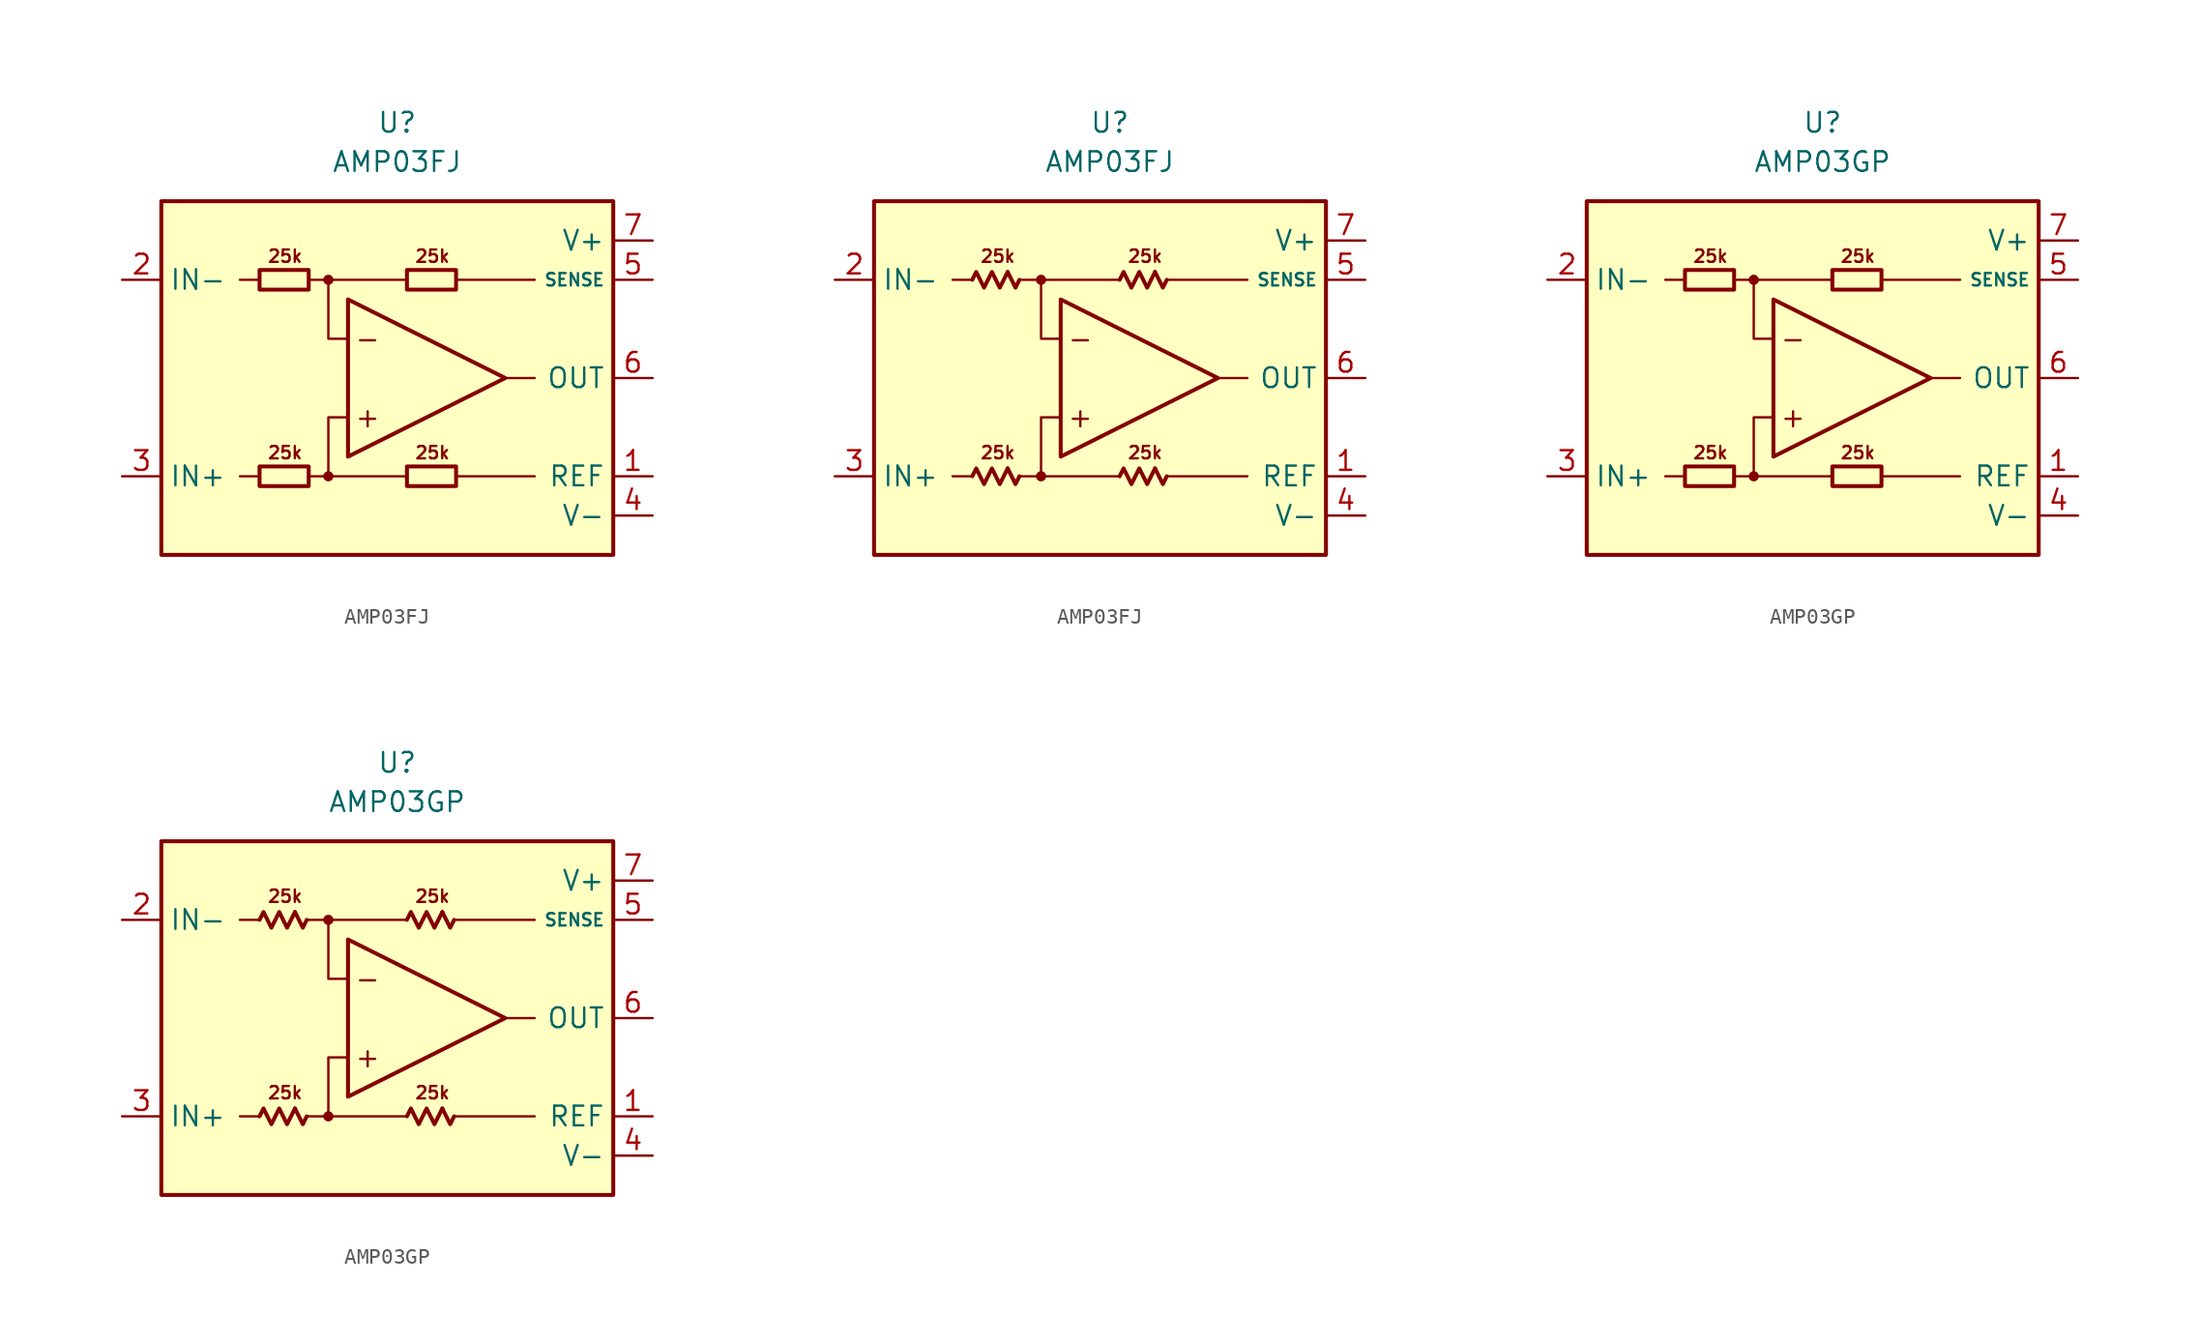
<source format=kicad_sym>
(kicad_symbol_lib
  (version 20231120)
  (generator "kicad_symbol_editor")
  (generator_version "8.0")
  (symbol "AMP03FJ"
    (property "Reference" "U"
      (at 0 16.51 0)
      (effects (font (size 1.27 1.27))))
    (property "Value" "AMP03FJ"
      (at 0 13.97 0)
      (effects (font (size 1.27 1.27))))
    (symbol "AMP03FJ_0_0"
      (rectangle (start -15.24 11.43) (end 13.97 -11.43) (stroke (width 0.254) (type default)) (fill (type background)))
      (circle (center -4.445 -6.35) (radius 0.254) (stroke (width 0.152) (type default)) (fill (type outline)))
      (circle (center -4.445 6.35) (radius 0.254) (stroke (width 0.152) (type default)) (fill (type outline)))
      (polyline (pts (xy -8.89 -6.35) (xy -10.16 -6.35)) (stroke (width 0.152) (type default)) (fill (type none)))
      (polyline (pts (xy -8.89 6.35) (xy -10.16 6.35)) (stroke (width 0.152) (type default)) (fill (type none)))
      (polyline (pts (xy -4.445 6.35) (xy 0.635 6.35)) (stroke (width 0.152) (type default)) (fill (type none)))
      (polyline (pts (xy 0.635 -6.35) (xy -4.445 -6.35)) (stroke (width 0.152) (type default)) (fill (type none)))
      (polyline (pts (xy 3.81 -6.35) (xy 8.89 -6.35)) (stroke (width 0.152) (type default)) (fill (type none)))
      (polyline (pts (xy 3.81 6.35) (xy 8.89 6.35)) (stroke (width 0.152) (type default)) (fill (type none)))
      (polyline (pts (xy 8.89 0) (xy 6.985 0)) (stroke (width 0.152) (type default)) (fill (type none)))
      (polyline (pts (xy -5.715 -6.35) (xy -4.445 -6.35) (xy -4.445 -2.54) (xy -3.175 -2.54)) (stroke (width 0.152) (type default)) (fill (type none)))
      (polyline (pts (xy -3.175 2.54) (xy -4.445 2.54) (xy -4.445 6.35) (xy -5.715 6.35)) (stroke (width 0.152) (type default)) (fill (type none)))
      (polyline (pts (xy -3.175 5.08) (xy -3.175 -5.08) (xy 6.985 0) (xy -3.175 5.08)) (stroke (width 0.254) (type default)) (fill (type none)))
      (text "+" (at -1.905 -2.54 0) (effects (font (size 1.27 1.27))))
      (text "-" (at -1.905 2.54 0) (effects (font (size 1.27 1.27))))
      (text "25k" (at -7.239 -4.826 0) (effects (font (size 0.8 0.8))))
      (text "25k" (at -7.239 7.874 0) (effects (font (size 0.8 0.8))))
      (text "25k" (at 2.286 -4.826 0) (effects (font (size 0.8 0.8))))
      (text "25k" (at 2.286 7.874 0) (effects (font (size 0.8 0.8)))))
    (symbol "AMP03FJ_0_1"
      (rectangle (start -8.89 -5.715) (end -5.715 -6.985) (stroke (width 0.254) (type default)) (fill (type none)))
      (rectangle (start -8.89 6.985) (end -5.715 5.715) (stroke (width 0.254) (type default)) (fill (type none)))
      (rectangle (start 0.635 -5.715) (end 3.81 -6.985) (stroke (width 0.254) (type default)) (fill (type none)))
      (rectangle (start 0.635 6.985) (end 3.81 5.715) (stroke (width 0.254) (type default)) (fill (type none))))
    (symbol "AMP03FJ_0_2"
      (polyline (pts (xy -6.604 -5.842) (xy -6.096 -6.858) (xy -5.842 -6.35)) (stroke (width 0.254) (type default)) (fill (type none)))
      (polyline (pts (xy -6.604 6.858) (xy -6.096 5.842) (xy -5.842 6.35)) (stroke (width 0.254) (type default)) (fill (type none)))
      (polyline (pts (xy 2.921 -5.842) (xy 3.429 -6.858) (xy 3.683 -6.35)) (stroke (width 0.254) (type default)) (fill (type none)))
      (polyline (pts (xy 2.921 6.858) (xy 3.429 5.842) (xy 3.683 6.35)) (stroke (width 0.254) (type default)) (fill (type none)))
      (polyline (pts (xy -8.89 -6.35) (xy -8.636 -5.842) (xy -8.128 -6.858) (xy -7.62 -5.842) (xy -7.112 -6.858) (xy -6.604 -5.842)) (stroke (width 0.254) (type default)) (fill (type none)))
      (polyline (pts (xy -8.89 6.35) (xy -8.636 6.858) (xy -8.128 5.842) (xy -7.62 6.858) (xy -7.112 5.842) (xy -6.604 6.858)) (stroke (width 0.254) (type default)) (fill (type none)))
      (polyline (pts (xy 0.635 -6.35) (xy 0.889 -5.842) (xy 1.397 -6.858) (xy 1.905 -5.842) (xy 2.413 -6.858) (xy 2.921 -5.842)) (stroke (width 0.254) (type default)) (fill (type none)))
      (polyline (pts (xy 0.635 6.35) (xy 0.889 6.858) (xy 1.397 5.842) (xy 1.905 6.858) (xy 2.413 5.842) (xy 2.921 6.858)) (stroke (width 0.254) (type default)) (fill (type none))))
    (symbol "AMP03FJ_1_1"
      (pin input line (at 16.51 -6.35 180) (length 2.54) (name "REF" (effects (font (size 1.27 1.27)))) (number "1" (effects (font (size 1.27 1.27)))))
      (pin input line (at -17.78 6.35 0) (length 2.54) (name "IN-" (effects (font (size 1.27 1.27)))) (number "2" (effects (font (size 1.27 1.27)))))
      (pin input line (at -17.78 -6.35 0) (length 2.54) (name "IN+" (effects (font (size 1.27 1.27)))) (number "3" (effects (font (size 1.27 1.27)))))
      (pin power_in line (at 16.51 -8.89 180) (length 2.54) (name "V-" (effects (font (size 1.27 1.27)))) (number "4" (effects (font (size 1.27 1.27)))))
      (pin input line (at 16.51 6.35 180) (length 2.54) (name "SENSE" (effects (font (size 0.8 0.8)))) (number "5" (effects (font (size 1.27 1.27)))))
      (pin output line (at 16.51 0 180) (length 2.54) (name "OUT" (effects (font (size 1.27 1.27)))) (number "6" (effects (font (size 1.27 1.27)))))
      (pin power_in line (at 16.51 8.89 180) (length 2.54) (name "V+" (effects (font (size 1.27 1.27)))) (number "7" (effects (font (size 1.27 1.27)))))
      (pin free line (at -8.89 0 0) (length 2.54) hide (name "NC" (effects (font (size 1.27 1.27)))) (number "8" (effects (font (size 1.27 1.27))))))
    (symbol "AMP03FJ_1_2"
      (pin input line (at 16.51 -6.35 180) (length 2.54) (name "REF" (effects (font (size 1.27 1.27)))) (number "1" (effects (font (size 1.27 1.27)))))
      (pin input line (at -17.78 6.35 0) (length 2.54) (name "IN-" (effects (font (size 1.27 1.27)))) (number "2" (effects (font (size 1.27 1.27)))))
      (pin input line (at -17.78 -6.35 0) (length 2.54) (name "IN+" (effects (font (size 1.27 1.27)))) (number "3" (effects (font (size 1.27 1.27)))))
      (pin power_in line (at 16.51 -8.89 180) (length 2.54) (name "V-" (effects (font (size 1.27 1.27)))) (number "4" (effects (font (size 1.27 1.27)))))
      (pin input line (at 16.51 6.35 180) (length 2.54) (name "SENSE" (effects (font (size 0.8 0.8)))) (number "5" (effects (font (size 1.27 1.27)))))
      (pin output line (at 16.51 0 180) (length 2.54) (name "OUT" (effects (font (size 1.27 1.27)))) (number "6" (effects (font (size 1.27 1.27)))))
      (pin power_in line (at 16.51 8.89 180) (length 2.54) (name "V+" (effects (font (size 1.27 1.27)))) (number "7" (effects (font (size 1.27 1.27)))))
      (pin free line (at -8.89 0 0) (length 2.54) hide (name "NC" (effects (font (size 1.27 1.27)))) (number "8" (effects (font (size 1.27 1.27)))))))
  (symbol "AMP03GP"
    (property "Reference" "U"
      (at 0 16.51 0)
      (effects (font (size 1.27 1.27))))
    (property "Value" "AMP03GP"
      (at 0 13.97 0)
      (effects (font (size 1.27 1.27))))
    (symbol "AMP03GP_0_0"
      (rectangle (start -15.24 11.43) (end 13.97 -11.43) (stroke (width 0.254) (type default)) (fill (type background)))
      (circle (center -4.445 -6.35) (radius 0.254) (stroke (width 0.152) (type default)) (fill (type outline)))
      (circle (center -4.445 6.35) (radius 0.254) (stroke (width 0.152) (type default)) (fill (type outline)))
      (polyline (pts (xy -8.89 -6.35) (xy -10.16 -6.35)) (stroke (width 0.152) (type default)) (fill (type none)))
      (polyline (pts (xy -8.89 6.35) (xy -10.16 6.35)) (stroke (width 0.152) (type default)) (fill (type none)))
      (polyline (pts (xy -4.445 6.35) (xy 0.635 6.35)) (stroke (width 0.152) (type default)) (fill (type none)))
      (polyline (pts (xy 0.635 -6.35) (xy -4.445 -6.35)) (stroke (width 0.152) (type default)) (fill (type none)))
      (polyline (pts (xy 3.81 -6.35) (xy 8.89 -6.35)) (stroke (width 0.152) (type default)) (fill (type none)))
      (polyline (pts (xy 3.81 6.35) (xy 8.89 6.35)) (stroke (width 0.152) (type default)) (fill (type none)))
      (polyline (pts (xy 8.89 0) (xy 6.985 0)) (stroke (width 0.152) (type default)) (fill (type none)))
      (polyline (pts (xy -5.715 -6.35) (xy -4.445 -6.35) (xy -4.445 -2.54) (xy -3.175 -2.54)) (stroke (width 0.152) (type default)) (fill (type none)))
      (polyline (pts (xy -3.175 2.54) (xy -4.445 2.54) (xy -4.445 6.35) (xy -5.715 6.35)) (stroke (width 0.152) (type default)) (fill (type none)))
      (polyline (pts (xy -3.175 5.08) (xy -3.175 -5.08) (xy 6.985 0) (xy -3.175 5.08)) (stroke (width 0.254) (type default)) (fill (type none)))
      (text "+" (at -1.905 -2.54 0) (effects (font (size 1.27 1.27))))
      (text "-" (at -1.905 2.54 0) (effects (font (size 1.27 1.27))))
      (text "25k" (at -7.239 -4.826 0) (effects (font (size 0.8 0.8))))
      (text "25k" (at -7.239 7.874 0) (effects (font (size 0.8 0.8))))
      (text "25k" (at 2.286 -4.826 0) (effects (font (size 0.8 0.8))))
      (text "25k" (at 2.286 7.874 0) (effects (font (size 0.8 0.8)))))
    (symbol "AMP03GP_0_1"
      (rectangle (start -8.89 -5.715) (end -5.715 -6.985) (stroke (width 0.254) (type default)) (fill (type none)))
      (rectangle (start -8.89 6.985) (end -5.715 5.715) (stroke (width 0.254) (type default)) (fill (type none)))
      (rectangle (start 0.635 -5.715) (end 3.81 -6.985) (stroke (width 0.254) (type default)) (fill (type none)))
      (rectangle (start 0.635 6.985) (end 3.81 5.715) (stroke (width 0.254) (type default)) (fill (type none))))
    (symbol "AMP03GP_0_2"
      (polyline (pts (xy -6.604 -5.842) (xy -6.096 -6.858) (xy -5.842 -6.35)) (stroke (width 0.254) (type default)) (fill (type none)))
      (polyline (pts (xy -6.604 6.858) (xy -6.096 5.842) (xy -5.842 6.35)) (stroke (width 0.254) (type default)) (fill (type none)))
      (polyline (pts (xy 2.921 -5.842) (xy 3.429 -6.858) (xy 3.683 -6.35)) (stroke (width 0.254) (type default)) (fill (type none)))
      (polyline (pts (xy 2.921 6.858) (xy 3.429 5.842) (xy 3.683 6.35)) (stroke (width 0.254) (type default)) (fill (type none)))
      (polyline (pts (xy -8.89 -6.35) (xy -8.636 -5.842) (xy -8.128 -6.858) (xy -7.62 -5.842) (xy -7.112 -6.858) (xy -6.604 -5.842)) (stroke (width 0.254) (type default)) (fill (type none)))
      (polyline (pts (xy -8.89 6.35) (xy -8.636 6.858) (xy -8.128 5.842) (xy -7.62 6.858) (xy -7.112 5.842) (xy -6.604 6.858)) (stroke (width 0.254) (type default)) (fill (type none)))
      (polyline (pts (xy 0.635 -6.35) (xy 0.889 -5.842) (xy 1.397 -6.858) (xy 1.905 -5.842) (xy 2.413 -6.858) (xy 2.921 -5.842)) (stroke (width 0.254) (type default)) (fill (type none)))
      (polyline (pts (xy 0.635 6.35) (xy 0.889 6.858) (xy 1.397 5.842) (xy 1.905 6.858) (xy 2.413 5.842) (xy 2.921 6.858)) (stroke (width 0.254) (type default)) (fill (type none))))
    (symbol "AMP03GP_1_1"
      (pin input line (at 16.51 -6.35 180) (length 2.54) (name "REF" (effects (font (size 1.27 1.27)))) (number "1" (effects (font (size 1.27 1.27)))))
      (pin input line (at -17.78 6.35 0) (length 2.54) (name "IN-" (effects (font (size 1.27 1.27)))) (number "2" (effects (font (size 1.27 1.27)))))
      (pin input line (at -17.78 -6.35 0) (length 2.54) (name "IN+" (effects (font (size 1.27 1.27)))) (number "3" (effects (font (size 1.27 1.27)))))
      (pin power_in line (at 16.51 -8.89 180) (length 2.54) (name "V-" (effects (font (size 1.27 1.27)))) (number "4" (effects (font (size 1.27 1.27)))))
      (pin input line (at 16.51 6.35 180) (length 2.54) (name "SENSE" (effects (font (size 0.8 0.8)))) (number "5" (effects (font (size 1.27 1.27)))))
      (pin output line (at 16.51 0 180) (length 2.54) (name "OUT" (effects (font (size 1.27 1.27)))) (number "6" (effects (font (size 1.27 1.27)))))
      (pin power_in line (at 16.51 8.89 180) (length 2.54) (name "V+" (effects (font (size 1.27 1.27)))) (number "7" (effects (font (size 1.27 1.27)))))
      (pin free line (at -8.89 0 0) (length 2.54) hide (name "NC" (effects (font (size 1.27 1.27)))) (number "8" (effects (font (size 1.27 1.27))))))
    (symbol "AMP03GP_1_2"
      (pin input line (at 16.51 -6.35 180) (length 2.54) (name "REF" (effects (font (size 1.27 1.27)))) (number "1" (effects (font (size 1.27 1.27)))))
      (pin input line (at -17.78 6.35 0) (length 2.54) (name "IN-" (effects (font (size 1.27 1.27)))) (number "2" (effects (font (size 1.27 1.27)))))
      (pin input line (at -17.78 -6.35 0) (length 2.54) (name "IN+" (effects (font (size 1.27 1.27)))) (number "3" (effects (font (size 1.27 1.27)))))
      (pin power_in line (at 16.51 -8.89 180) (length 2.54) (name "V-" (effects (font (size 1.27 1.27)))) (number "4" (effects (font (size 1.27 1.27)))))
      (pin input line (at 16.51 6.35 180) (length 2.54) (name "SENSE" (effects (font (size 0.8 0.8)))) (number "5" (effects (font (size 1.27 1.27)))))
      (pin output line (at 16.51 0 180) (length 2.54) (name "OUT" (effects (font (size 1.27 1.27)))) (number "6" (effects (font (size 1.27 1.27)))))
      (pin power_in line (at 16.51 8.89 180) (length 2.54) (name "V+" (effects (font (size 1.27 1.27)))) (number "7" (effects (font (size 1.27 1.27)))))
      (pin free line (at -8.89 0 0) (length 2.54) hide (name "NC" (effects (font (size 1.27 1.27)))) (number "8" (effects (font (size 1.27 1.27))))))))
</source>
